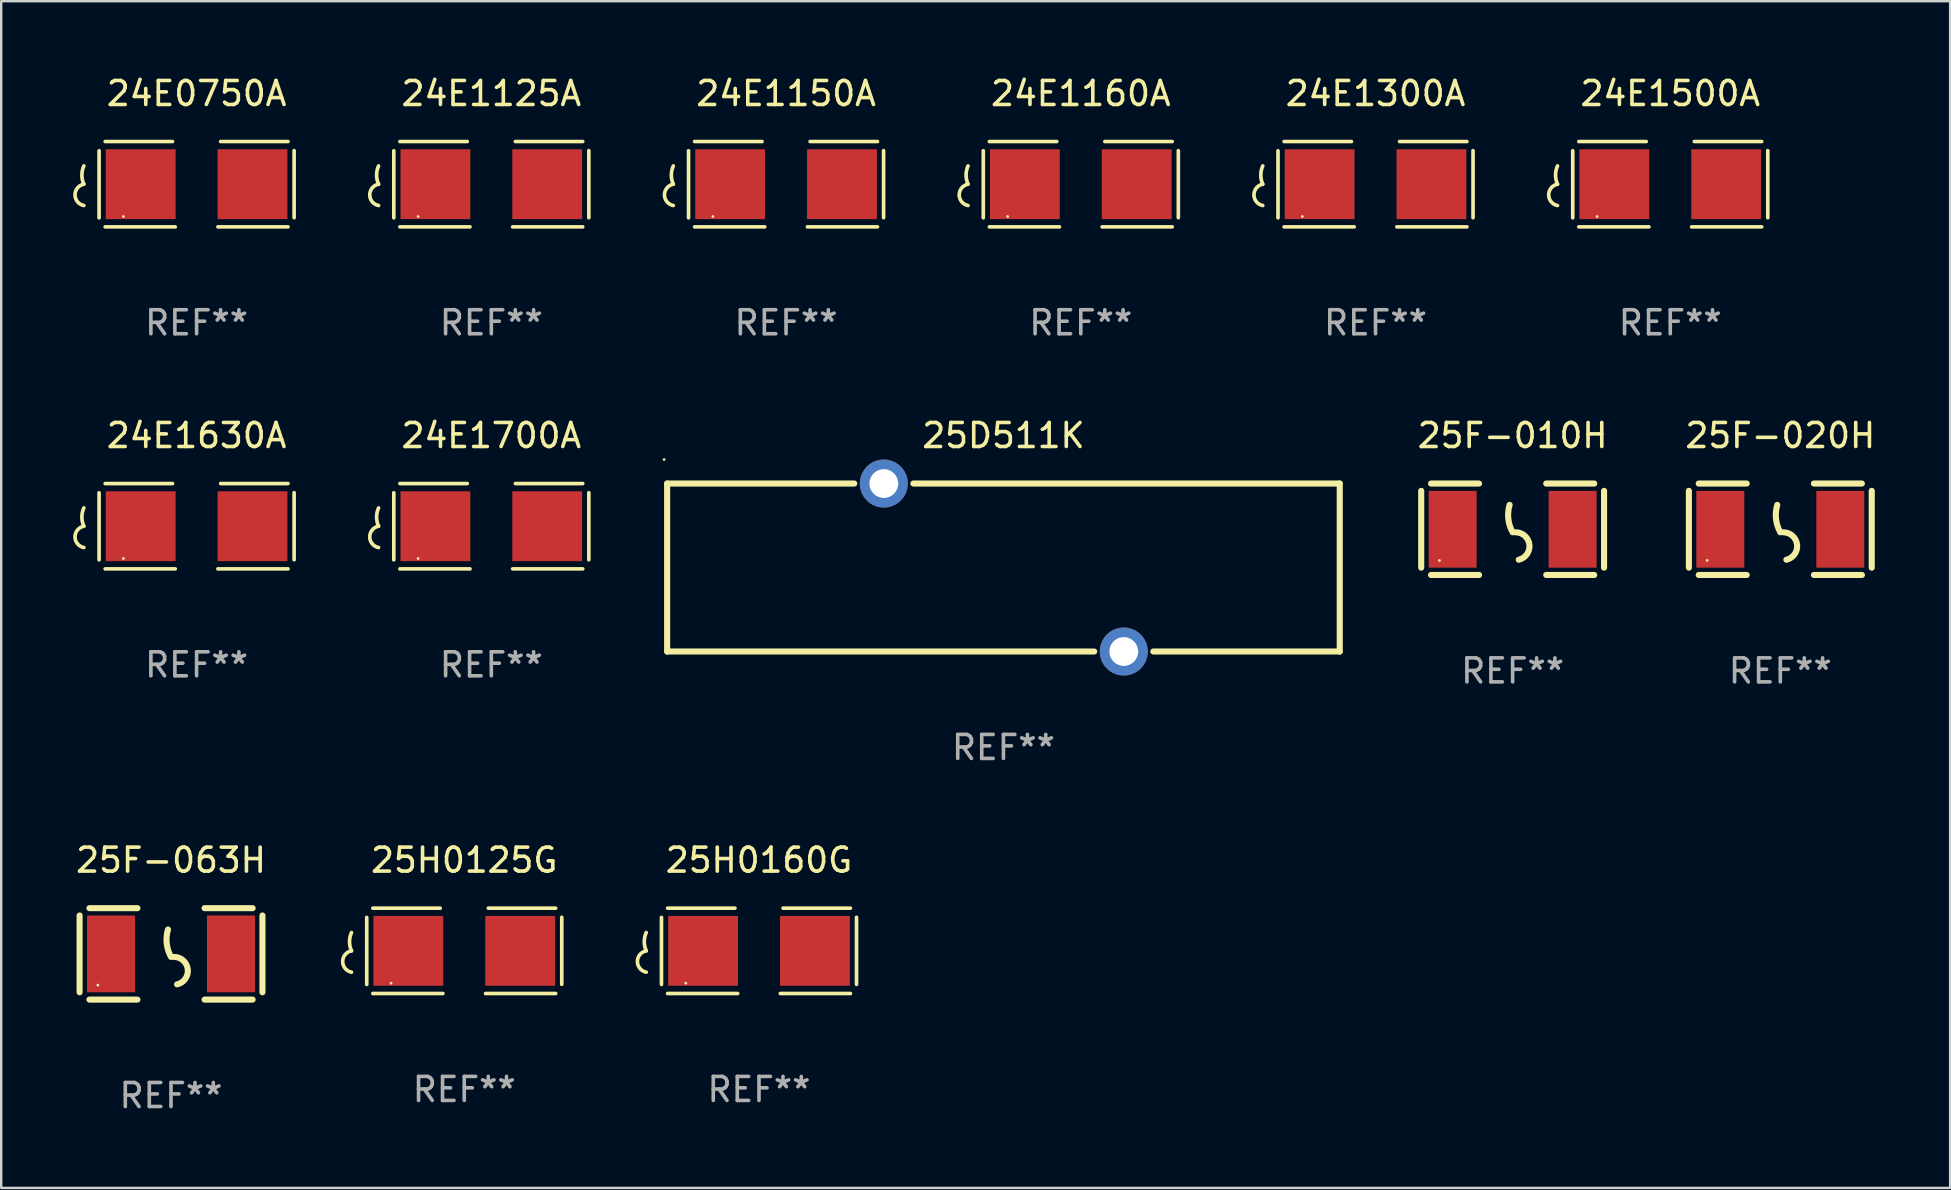
<source format=kicad_pcb>
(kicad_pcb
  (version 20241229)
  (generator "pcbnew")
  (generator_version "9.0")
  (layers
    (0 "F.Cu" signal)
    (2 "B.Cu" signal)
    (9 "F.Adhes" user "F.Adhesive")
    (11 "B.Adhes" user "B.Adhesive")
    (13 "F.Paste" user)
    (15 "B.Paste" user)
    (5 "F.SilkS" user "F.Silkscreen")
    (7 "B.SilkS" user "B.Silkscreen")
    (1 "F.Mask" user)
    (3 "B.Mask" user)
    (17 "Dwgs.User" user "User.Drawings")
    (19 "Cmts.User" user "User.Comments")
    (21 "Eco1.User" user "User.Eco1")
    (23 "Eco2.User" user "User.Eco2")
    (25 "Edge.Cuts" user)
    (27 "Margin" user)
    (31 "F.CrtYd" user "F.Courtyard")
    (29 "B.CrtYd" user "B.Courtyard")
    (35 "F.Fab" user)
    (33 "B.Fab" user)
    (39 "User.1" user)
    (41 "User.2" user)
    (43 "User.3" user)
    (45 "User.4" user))
  (footprint "25H0125G"
    (layer "F.Cu")
    (at 16.297 36.575)
    (property "Reference" "25H0125G" (at 0 -3.778 0) (layer "F.SilkS") (effects (font (size 1 1) (thickness 0.15))))
    (attr through_hole)
    (fp_line (start -4.064 -1.393) (end -4.064 1.401) (stroke (width 0.152) (type solid)) (layer "F.SilkS"))
    (fp_line (start -3.81 -1.778) (end -1.002 -1.778) (stroke (width 0.152) (type solid)) (layer "F.SilkS"))
    (fp_line (start -0.889 1.778) (end -3.81 1.778) (stroke (width 0.152) (type solid)) (layer "F.SilkS"))
    (fp_line (start 0.889 1.778) (end 3.81 1.778) (stroke (width 0.152) (type solid)) (layer "F.SilkS"))
    (fp_line (start 3.81 -1.778) (end 1.002 -1.778) (stroke (width 0.152) (type solid)) (layer "F.SilkS"))
    (fp_line (start 4.064 -1.397) (end 4.064 1.397) (stroke (width 0.152) (type solid)) (layer "F.SilkS"))
    (fp_arc (start -4.699009 0) (mid -4.780645 -0.381001) (end -4.699009 -0.762002) (stroke (width 0.151994) (type solid)) (layer "F.SilkS"))
    (fp_arc (start -4.699009 0.889002) (mid -5.066697 0.444501) (end -4.699009 0) (stroke (width 0.151994) (type solid)) (layer "F.SilkS"))
    (fp_circle (center -3.05 1.347) (end -3.02 1.347) (stroke (width 0.06) (type solid)) (fill no) (layer "F.SilkS"))
    (fp_text user "REF**" (at 0 5.778 0) (layer "F.Fab") (effects (font (size 1 1) (thickness 0.15))))
    (pad "1" smd rect (at -2.33 0) (size 2.91 2.911) (layers "F.Cu" "F.Mask" "F.Paste"))
    (pad "2" smd rect (at 2.33 0) (size 2.91 2.911) (layers "F.Cu" "F.Mask" "F.Paste")))
  (footprint "25F-020H"
    (layer "F.Cu")
    (at 71.142 19.006)
    (property "Reference" "25F-020H" (at 0 -3.905 0) (layer "F.SilkS") (effects (font (size 1 1) (thickness 0.15))))
    (attr through_hole)
    (fp_line (start -3.81 -1.6) (end -3.81 1.6) (stroke (width 0.254) (type solid)) (layer "F.SilkS"))
    (fp_line (start -3.4 -1.905) (end -1.4 -1.905) (stroke (width 0.254) (type solid)) (layer "F.SilkS"))
    (fp_line (start -3.4 1.905) (end -1.4 1.905) (stroke (width 0.254) (type solid)) (layer "F.SilkS"))
    (fp_line (start 1.4 -1.905) (end 3.4 -1.905) (stroke (width 0.254) (type solid)) (layer "F.SilkS"))
    (fp_line (start 1.4 1.905) (end 3.4 1.905) (stroke (width 0.254) (type solid)) (layer "F.SilkS"))
    (fp_line (start 3.81 -1.6) (end 3.81 1.6) (stroke (width 0.254) (type solid)) (layer "F.SilkS"))
    (fp_arc (start 0 0.127) (mid -0.178599 -0.431712) (end -0.127 -1.016002) (stroke (width 0.254001) (type solid)) (layer "F.SilkS"))
    (fp_arc (start 0.126999 0.127) (mid 0.698883 0.642014) (end 0.254001 1.270003) (stroke (width 0.254001) (type solid)) (layer "F.SilkS"))
    (fp_circle (center -3.05 1.3) (end -3.02 1.3) (stroke (width 0.06) (type solid)) (fill no) (layer "F.SilkS"))
    (fp_text user "REF**" (at 0 5.905 0) (layer "F.Fab") (effects (font (size 1 1) (thickness 0.15))))
    (pad "1" smd rect (at -2.5 0) (size 2 3.2) (layers "F.Cu" "F.Mask" "F.Paste"))
    (pad "2" smd rect (at 2.5 0) (size 2 3.2) (layers "F.Cu" "F.Mask" "F.Paste")))
  (footprint "24E1300A"
    (layer "F.Cu")
    (at 54.273 4.626)
    (property "Reference" "24E1300A" (at 0 -3.778 0) (layer "F.SilkS") (effects (font (size 1 1) (thickness 0.15))))
    (attr through_hole)
    (fp_line (start -4.064 -1.393) (end -4.064 1.401) (stroke (width 0.152) (type solid)) (layer "F.SilkS"))
    (fp_line (start -3.81 -1.778) (end -1.002 -1.778) (stroke (width 0.152) (type solid)) (layer "F.SilkS"))
    (fp_line (start -0.889 1.778) (end -3.81 1.778) (stroke (width 0.152) (type solid)) (layer "F.SilkS"))
    (fp_line (start 0.889 1.778) (end 3.81 1.778) (stroke (width 0.152) (type solid)) (layer "F.SilkS"))
    (fp_line (start 3.81 -1.778) (end 1.002 -1.778) (stroke (width 0.152) (type solid)) (layer "F.SilkS"))
    (fp_line (start 4.064 -1.397) (end 4.064 1.397) (stroke (width 0.152) (type solid)) (layer "F.SilkS"))
    (fp_arc (start -4.699009 0) (mid -4.780645 -0.381001) (end -4.699009 -0.762002) (stroke (width 0.151994) (type solid)) (layer "F.SilkS"))
    (fp_arc (start -4.699009 0.889002) (mid -5.066697 0.444501) (end -4.699009 0) (stroke (width 0.151994) (type solid)) (layer "F.SilkS"))
    (fp_circle (center -3.05 1.347) (end -3.02 1.347) (stroke (width 0.06) (type solid)) (fill no) (layer "F.SilkS"))
    (fp_text user "REF**" (at 0 5.778 0) (layer "F.Fab") (effects (font (size 1 1) (thickness 0.15))))
    (pad "1" smd rect (at -2.33 0) (size 2.91 2.911) (layers "F.Cu" "F.Mask" "F.Paste"))
    (pad "2" smd rect (at 2.33 0) (size 2.91 2.911) (layers "F.Cu" "F.Mask" "F.Paste")))
  (footprint "25F-010H"
    (layer "F.Cu")
    (at 59.987 19.006)
    (property "Reference" "25F-010H" (at 0 -3.905 0) (layer "F.SilkS") (effects (font (size 1 1) (thickness 0.15))))
    (attr through_hole)
    (fp_line (start -3.81 -1.6) (end -3.81 1.6) (stroke (width 0.254) (type solid)) (layer "F.SilkS"))
    (fp_line (start -3.4 -1.905) (end -1.4 -1.905) (stroke (width 0.254) (type solid)) (layer "F.SilkS"))
    (fp_line (start -3.4 1.905) (end -1.4 1.905) (stroke (width 0.254) (type solid)) (layer "F.SilkS"))
    (fp_line (start 1.4 -1.905) (end 3.4 -1.905) (stroke (width 0.254) (type solid)) (layer "F.SilkS"))
    (fp_line (start 1.4 1.905) (end 3.4 1.905) (stroke (width 0.254) (type solid)) (layer "F.SilkS"))
    (fp_line (start 3.81 -1.6) (end 3.81 1.6) (stroke (width 0.254) (type solid)) (layer "F.SilkS"))
    (fp_arc (start 0 0.127) (mid -0.178599 -0.431712) (end -0.127 -1.016002) (stroke (width 0.254001) (type solid)) (layer "F.SilkS"))
    (fp_arc (start 0.126999 0.127) (mid 0.698883 0.642014) (end 0.254001 1.270003) (stroke (width 0.254001) (type solid)) (layer "F.SilkS"))
    (fp_circle (center -3.05 1.3) (end -3.02 1.3) (stroke (width 0.06) (type solid)) (fill no) (layer "F.SilkS"))
    (fp_text user "REF**" (at 0 5.905 0) (layer "F.Fab") (effects (font (size 1 1) (thickness 0.15))))
    (pad "1" smd rect (at -2.5 0) (size 2 3.2) (layers "F.Cu" "F.Mask" "F.Paste"))
    (pad "2" smd rect (at 2.5 0) (size 2 3.2) (layers "F.Cu" "F.Mask" "F.Paste")))
  (footprint "24E1150A"
    (layer "F.Cu")
    (at 29.708 4.626)
    (property "Reference" "24E1150A" (at 0 -3.778 0) (layer "F.SilkS") (effects (font (size 1 1) (thickness 0.15))))
    (attr through_hole)
    (fp_line (start -4.064 -1.393) (end -4.064 1.401) (stroke (width 0.152) (type solid)) (layer "F.SilkS"))
    (fp_line (start -3.81 -1.778) (end -1.002 -1.778) (stroke (width 0.152) (type solid)) (layer "F.SilkS"))
    (fp_line (start -0.889 1.778) (end -3.81 1.778) (stroke (width 0.152) (type solid)) (layer "F.SilkS"))
    (fp_line (start 0.889 1.778) (end 3.81 1.778) (stroke (width 0.152) (type solid)) (layer "F.SilkS"))
    (fp_line (start 3.81 -1.778) (end 1.002 -1.778) (stroke (width 0.152) (type solid)) (layer "F.SilkS"))
    (fp_line (start 4.064 -1.397) (end 4.064 1.397) (stroke (width 0.152) (type solid)) (layer "F.SilkS"))
    (fp_arc (start -4.699009 0) (mid -4.780645 -0.381001) (end -4.699009 -0.762002) (stroke (width 0.151994) (type solid)) (layer "F.SilkS"))
    (fp_arc (start -4.699009 0.889002) (mid -5.066697 0.444501) (end -4.699009 0) (stroke (width 0.151994) (type solid)) (layer "F.SilkS"))
    (fp_circle (center -3.05 1.347) (end -3.02 1.347) (stroke (width 0.06) (type solid)) (fill no) (layer "F.SilkS"))
    (fp_text user "REF**" (at 0 5.778 0) (layer "F.Fab") (effects (font (size 1 1) (thickness 0.15))))
    (pad "1" smd rect (at -2.33 0) (size 2.91 2.911) (layers "F.Cu" "F.Mask" "F.Paste"))
    (pad "2" smd rect (at 2.33 0) (size 2.91 2.911) (layers "F.Cu" "F.Mask" "F.Paste")))
  (footprint "25F-063H"
    (layer "F.Cu")
    (at 4.077 36.702)
    (property "Reference" "25F-063H" (at 0 -3.905 0) (layer "F.SilkS") (effects (font (size 1 1) (thickness 0.15))))
    (attr through_hole)
    (fp_line (start -3.81 -1.6) (end -3.81 1.6) (stroke (width 0.254) (type solid)) (layer "F.SilkS"))
    (fp_line (start -3.4 -1.905) (end -1.4 -1.905) (stroke (width 0.254) (type solid)) (layer "F.SilkS"))
    (fp_line (start -3.4 1.905) (end -1.4 1.905) (stroke (width 0.254) (type solid)) (layer "F.SilkS"))
    (fp_line (start 1.4 -1.905) (end 3.4 -1.905) (stroke (width 0.254) (type solid)) (layer "F.SilkS"))
    (fp_line (start 1.4 1.905) (end 3.4 1.905) (stroke (width 0.254) (type solid)) (layer "F.SilkS"))
    (fp_line (start 3.81 -1.6) (end 3.81 1.6) (stroke (width 0.254) (type solid)) (layer "F.SilkS"))
    (fp_arc (start 0 0.127) (mid -0.178599 -0.431712) (end -0.127 -1.016002) (stroke (width 0.254001) (type solid)) (layer "F.SilkS"))
    (fp_arc (start 0.126999 0.127) (mid 0.698883 0.642014) (end 0.254001 1.270003) (stroke (width 0.254001) (type solid)) (layer "F.SilkS"))
    (fp_circle (center -3.05 1.3) (end -3.02 1.3) (stroke (width 0.06) (type solid)) (fill no) (layer "F.SilkS"))
    (fp_text user "REF**" (at 0 5.905 0) (layer "F.Fab") (effects (font (size 1 1) (thickness 0.15))))
    (pad "1" smd rect (at -2.5 0) (size 2 3.2) (layers "F.Cu" "F.Mask" "F.Paste"))
    (pad "2" smd rect (at 2.5 0) (size 2 3.2) (layers "F.Cu" "F.Mask" "F.Paste")))
  (footprint "24E0750A"
    (layer "F.Cu")
    (at 5.143 4.626)
    (property "Reference" "24E0750A" (at 0 -3.778 0) (layer "F.SilkS") (effects (font (size 1 1) (thickness 0.15))))
    (attr through_hole)
    (fp_line (start -4.064 -1.393) (end -4.064 1.401) (stroke (width 0.152) (type solid)) (layer "F.SilkS"))
    (fp_line (start -3.81 -1.778) (end -1.002 -1.778) (stroke (width 0.152) (type solid)) (layer "F.SilkS"))
    (fp_line (start -0.889 1.778) (end -3.81 1.778) (stroke (width 0.152) (type solid)) (layer "F.SilkS"))
    (fp_line (start 0.889 1.778) (end 3.81 1.778) (stroke (width 0.152) (type solid)) (layer "F.SilkS"))
    (fp_line (start 3.81 -1.778) (end 1.002 -1.778) (stroke (width 0.152) (type solid)) (layer "F.SilkS"))
    (fp_line (start 4.064 -1.397) (end 4.064 1.397) (stroke (width 0.152) (type solid)) (layer "F.SilkS"))
    (fp_arc (start -4.699009 0) (mid -4.780645 -0.381001) (end -4.699009 -0.762002) (stroke (width 0.151994) (type solid)) (layer "F.SilkS"))
    (fp_arc (start -4.699009 0.889002) (mid -5.066697 0.444501) (end -4.699009 0) (stroke (width 0.151994) (type solid)) (layer "F.SilkS"))
    (fp_circle (center -3.05 1.347) (end -3.02 1.347) (stroke (width 0.06) (type solid)) (fill no) (layer "F.SilkS"))
    (fp_text user "REF**" (at 0 5.778 0) (layer "F.Fab") (effects (font (size 1 1) (thickness 0.15))))
    (pad "1" smd rect (at -2.33 0) (size 2.91 2.911) (layers "F.Cu" "F.Mask" "F.Paste"))
    (pad "2" smd rect (at 2.33 0) (size 2.91 2.911) (layers "F.Cu" "F.Mask" "F.Paste")))
  (footprint "25D511K"
    (layer "F.Cu")
    (at 38.767 20.601)
    (property "Reference" "25D511K" (at 0 -5.5 0) (layer "F.SilkS") (effects (font (size 1 1) (thickness 0.15))))
    (attr through_hole)
    (fp_line (start -14.015 -3.5) (end -6.216 -3.5) (stroke (width 0.254) (type solid)) (layer "F.SilkS"))
    (fp_line (start -14.015 3.5) (end -14.015 -3.5) (stroke (width 0.254) (type solid)) (layer "F.SilkS"))
    (fp_line (start -14.015 3.5) (end 3.784 3.5) (stroke (width 0.254) (type solid)) (layer "F.SilkS"))
    (fp_line (start -3.754 -3.5) (end 14.015 -3.5) (stroke (width 0.254) (type solid)) (layer "F.SilkS"))
    (fp_line (start 6.246 3.5) (end 14.015 3.5) (stroke (width 0.254) (type solid)) (layer "F.SilkS"))
    (fp_line (start 14.015 -3.5) (end 14.015 3.5) (stroke (width 0.254) (type solid)) (layer "F.SilkS"))
    (fp_circle (center -14.142 -4.5) (end -14.112 -4.5) (stroke (width 0.06) (type solid)) (fill no) (layer "F.SilkS"))
    (fp_text user "REF**" (at 0 7.5 0) (layer "F.Fab") (effects (font (size 1 1) (thickness 0.15))))
    (pad "1" thru_hole circle (at -4.985 -3.5) (size 2 2) (drill 1.2) (layers "*.Cu" "*.Mask"))
    (pad "2" thru_hole circle (at 5.015 3.5) (size 2 2) (drill 1.2) (layers "*.Cu" "*.Mask")))
  (footprint "24E1700A"
    (layer "F.Cu")
    (at 17.425 18.879)
    (property "Reference" "24E1700A" (at 0 -3.778 0) (layer "F.SilkS") (effects (font (size 1 1) (thickness 0.15))))
    (attr through_hole)
    (fp_line (start -4.064 -1.393) (end -4.064 1.401) (stroke (width 0.152) (type solid)) (layer "F.SilkS"))
    (fp_line (start -3.81 -1.778) (end -1.002 -1.778) (stroke (width 0.152) (type solid)) (layer "F.SilkS"))
    (fp_line (start -0.889 1.778) (end -3.81 1.778) (stroke (width 0.152) (type solid)) (layer "F.SilkS"))
    (fp_line (start 0.889 1.778) (end 3.81 1.778) (stroke (width 0.152) (type solid)) (layer "F.SilkS"))
    (fp_line (start 3.81 -1.778) (end 1.002 -1.778) (stroke (width 0.152) (type solid)) (layer "F.SilkS"))
    (fp_line (start 4.064 -1.397) (end 4.064 1.397) (stroke (width 0.152) (type solid)) (layer "F.SilkS"))
    (fp_arc (start -4.699009 0) (mid -4.780645 -0.381001) (end -4.699009 -0.762002) (stroke (width 0.151994) (type solid)) (layer "F.SilkS"))
    (fp_arc (start -4.699009 0.889002) (mid -5.066697 0.444501) (end -4.699009 0) (stroke (width 0.151994) (type solid)) (layer "F.SilkS"))
    (fp_circle (center -3.05 1.347) (end -3.02 1.347) (stroke (width 0.06) (type solid)) (fill no) (layer "F.SilkS"))
    (fp_text user "REF**" (at 0 5.778 0) (layer "F.Fab") (effects (font (size 1 1) (thickness 0.15))))
    (pad "1" smd rect (at -2.33 0) (size 2.91 2.911) (layers "F.Cu" "F.Mask" "F.Paste"))
    (pad "2" smd rect (at 2.33 0) (size 2.91 2.911) (layers "F.Cu" "F.Mask" "F.Paste")))
  (footprint "24E1500A"
    (layer "F.Cu")
    (at 66.556 4.626)
    (property "Reference" "24E1500A" (at 0 -3.778 0) (layer "F.SilkS") (effects (font (size 1 1) (thickness 0.15))))
    (attr through_hole)
    (fp_line (start -4.064 -1.393) (end -4.064 1.401) (stroke (width 0.152) (type solid)) (layer "F.SilkS"))
    (fp_line (start -3.81 -1.778) (end -1.002 -1.778) (stroke (width 0.152) (type solid)) (layer "F.SilkS"))
    (fp_line (start -0.889 1.778) (end -3.81 1.778) (stroke (width 0.152) (type solid)) (layer "F.SilkS"))
    (fp_line (start 0.889 1.778) (end 3.81 1.778) (stroke (width 0.152) (type solid)) (layer "F.SilkS"))
    (fp_line (start 3.81 -1.778) (end 1.002 -1.778) (stroke (width 0.152) (type solid)) (layer "F.SilkS"))
    (fp_line (start 4.064 -1.397) (end 4.064 1.397) (stroke (width 0.152) (type solid)) (layer "F.SilkS"))
    (fp_arc (start -4.699009 0) (mid -4.780645 -0.381001) (end -4.699009 -0.762002) (stroke (width 0.151994) (type solid)) (layer "F.SilkS"))
    (fp_arc (start -4.699009 0.889002) (mid -5.066697 0.444501) (end -4.699009 0) (stroke (width 0.151994) (type solid)) (layer "F.SilkS"))
    (fp_circle (center -3.05 1.347) (end -3.02 1.347) (stroke (width 0.06) (type solid)) (fill no) (layer "F.SilkS"))
    (fp_text user "REF**" (at 0 5.778 0) (layer "F.Fab") (effects (font (size 1 1) (thickness 0.15))))
    (pad "1" smd rect (at -2.33 0) (size 2.91 2.911) (layers "F.Cu" "F.Mask" "F.Paste"))
    (pad "2" smd rect (at 2.33 0) (size 2.91 2.911) (layers "F.Cu" "F.Mask" "F.Paste")))
  (footprint "25H0160G"
    (layer "F.Cu")
    (at 28.58 36.575)
    (property "Reference" "25H0160G" (at 0 -3.778 0) (layer "F.SilkS") (effects (font (size 1 1) (thickness 0.15))))
    (attr through_hole)
    (fp_line (start -4.064 -1.393) (end -4.064 1.401) (stroke (width 0.152) (type solid)) (layer "F.SilkS"))
    (fp_line (start -3.81 -1.778) (end -1.002 -1.778) (stroke (width 0.152) (type solid)) (layer "F.SilkS"))
    (fp_line (start -0.889 1.778) (end -3.81 1.778) (stroke (width 0.152) (type solid)) (layer "F.SilkS"))
    (fp_line (start 0.889 1.778) (end 3.81 1.778) (stroke (width 0.152) (type solid)) (layer "F.SilkS"))
    (fp_line (start 3.81 -1.778) (end 1.002 -1.778) (stroke (width 0.152) (type solid)) (layer "F.SilkS"))
    (fp_line (start 4.064 -1.397) (end 4.064 1.397) (stroke (width 0.152) (type solid)) (layer "F.SilkS"))
    (fp_arc (start -4.699009 0) (mid -4.780645 -0.381001) (end -4.699009 -0.762002) (stroke (width 0.151994) (type solid)) (layer "F.SilkS"))
    (fp_arc (start -4.699009 0.889002) (mid -5.066697 0.444501) (end -4.699009 0) (stroke (width 0.151994) (type solid)) (layer "F.SilkS"))
    (fp_circle (center -3.05 1.347) (end -3.02 1.347) (stroke (width 0.06) (type solid)) (fill no) (layer "F.SilkS"))
    (fp_text user "REF**" (at 0 5.778 0) (layer "F.Fab") (effects (font (size 1 1) (thickness 0.15))))
    (pad "1" smd rect (at -2.33 0) (size 2.91 2.911) (layers "F.Cu" "F.Mask" "F.Paste"))
    (pad "2" smd rect (at 2.33 0) (size 2.91 2.911) (layers "F.Cu" "F.Mask" "F.Paste")))
  (footprint "24E1125A"
    (layer "F.Cu")
    (at 17.425 4.626)
    (property "Reference" "24E1125A" (at 0 -3.778 0) (layer "F.SilkS") (effects (font (size 1 1) (thickness 0.15))))
    (attr through_hole)
    (fp_line (start -4.064 -1.393) (end -4.064 1.401) (stroke (width 0.152) (type solid)) (layer "F.SilkS"))
    (fp_line (start -3.81 -1.778) (end -1.002 -1.778) (stroke (width 0.152) (type solid)) (layer "F.SilkS"))
    (fp_line (start -0.889 1.778) (end -3.81 1.778) (stroke (width 0.152) (type solid)) (layer "F.SilkS"))
    (fp_line (start 0.889 1.778) (end 3.81 1.778) (stroke (width 0.152) (type solid)) (layer "F.SilkS"))
    (fp_line (start 3.81 -1.778) (end 1.002 -1.778) (stroke (width 0.152) (type solid)) (layer "F.SilkS"))
    (fp_line (start 4.064 -1.397) (end 4.064 1.397) (stroke (width 0.152) (type solid)) (layer "F.SilkS"))
    (fp_arc (start -4.699009 0) (mid -4.780645 -0.381001) (end -4.699009 -0.762002) (stroke (width 0.151994) (type solid)) (layer "F.SilkS"))
    (fp_arc (start -4.699009 0.889002) (mid -5.066697 0.444501) (end -4.699009 0) (stroke (width 0.151994) (type solid)) (layer "F.SilkS"))
    (fp_circle (center -3.05 1.347) (end -3.02 1.347) (stroke (width 0.06) (type solid)) (fill no) (layer "F.SilkS"))
    (fp_text user "REF**" (at 0 5.778 0) (layer "F.Fab") (effects (font (size 1 1) (thickness 0.15))))
    (pad "1" smd rect (at -2.33 0) (size 2.91 2.911) (layers "F.Cu" "F.Mask" "F.Paste"))
    (pad "2" smd rect (at 2.33 0) (size 2.91 2.911) (layers "F.Cu" "F.Mask" "F.Paste")))
  (footprint "24E1160A"
    (layer "F.Cu")
    (at 41.991 4.626)
    (property "Reference" "24E1160A" (at 0 -3.778 0) (layer "F.SilkS") (effects (font (size 1 1) (thickness 0.15))))
    (attr through_hole)
    (fp_line (start -4.064 -1.393) (end -4.064 1.401) (stroke (width 0.152) (type solid)) (layer "F.SilkS"))
    (fp_line (start -3.81 -1.778) (end -1.002 -1.778) (stroke (width 0.152) (type solid)) (layer "F.SilkS"))
    (fp_line (start -0.889 1.778) (end -3.81 1.778) (stroke (width 0.152) (type solid)) (layer "F.SilkS"))
    (fp_line (start 0.889 1.778) (end 3.81 1.778) (stroke (width 0.152) (type solid)) (layer "F.SilkS"))
    (fp_line (start 3.81 -1.778) (end 1.002 -1.778) (stroke (width 0.152) (type solid)) (layer "F.SilkS"))
    (fp_line (start 4.064 -1.397) (end 4.064 1.397) (stroke (width 0.152) (type solid)) (layer "F.SilkS"))
    (fp_arc (start -4.699009 0) (mid -4.780645 -0.381001) (end -4.699009 -0.762002) (stroke (width 0.151994) (type solid)) (layer "F.SilkS"))
    (fp_arc (start -4.699009 0.889002) (mid -5.066697 0.444501) (end -4.699009 0) (stroke (width 0.151994) (type solid)) (layer "F.SilkS"))
    (fp_circle (center -3.05 1.347) (end -3.02 1.347) (stroke (width 0.06) (type solid)) (fill no) (layer "F.SilkS"))
    (fp_text user "REF**" (at 0 5.778 0) (layer "F.Fab") (effects (font (size 1 1) (thickness 0.15))))
    (pad "1" smd rect (at -2.33 0) (size 2.91 2.911) (layers "F.Cu" "F.Mask" "F.Paste"))
    (pad "2" smd rect (at 2.33 0) (size 2.91 2.911) (layers "F.Cu" "F.Mask" "F.Paste")))
  (footprint "24E1630A"
    (layer "F.Cu")
    (at 5.143 18.879)
    (property "Reference" "24E1630A" (at 0 -3.778 0) (layer "F.SilkS") (effects (font (size 1 1) (thickness 0.15))))
    (attr through_hole)
    (fp_line (start -4.064 -1.393) (end -4.064 1.401) (stroke (width 0.152) (type solid)) (layer "F.SilkS"))
    (fp_line (start -3.81 -1.778) (end -1.002 -1.778) (stroke (width 0.152) (type solid)) (layer "F.SilkS"))
    (fp_line (start -0.889 1.778) (end -3.81 1.778) (stroke (width 0.152) (type solid)) (layer "F.SilkS"))
    (fp_line (start 0.889 1.778) (end 3.81 1.778) (stroke (width 0.152) (type solid)) (layer "F.SilkS"))
    (fp_line (start 3.81 -1.778) (end 1.002 -1.778) (stroke (width 0.152) (type solid)) (layer "F.SilkS"))
    (fp_line (start 4.064 -1.397) (end 4.064 1.397) (stroke (width 0.152) (type solid)) (layer "F.SilkS"))
    (fp_arc (start -4.699009 0) (mid -4.780645 -0.381001) (end -4.699009 -0.762002) (stroke (width 0.151994) (type solid)) (layer "F.SilkS"))
    (fp_arc (start -4.699009 0.889002) (mid -5.066697 0.444501) (end -4.699009 0) (stroke (width 0.151994) (type solid)) (layer "F.SilkS"))
    (fp_circle (center -3.05 1.347) (end -3.02 1.347) (stroke (width 0.06) (type solid)) (fill no) (layer "F.SilkS"))
    (fp_text user "REF**" (at 0 5.778 0) (layer "F.Fab") (effects (font (size 1 1) (thickness 0.15))))
    (pad "1" smd rect (at -2.33 0) (size 2.91 2.911) (layers "F.Cu" "F.Mask" "F.Paste"))
    (pad "2" smd rect (at 2.33 0) (size 2.91 2.911) (layers "F.Cu" "F.Mask" "F.Paste")))
  (gr_rect
    (start -3 -3)
    (end 78.219 46.456)
    (stroke (width 0.1) (type default))
    (fill no)
    (layer "Edge.Cuts")))
</source>
